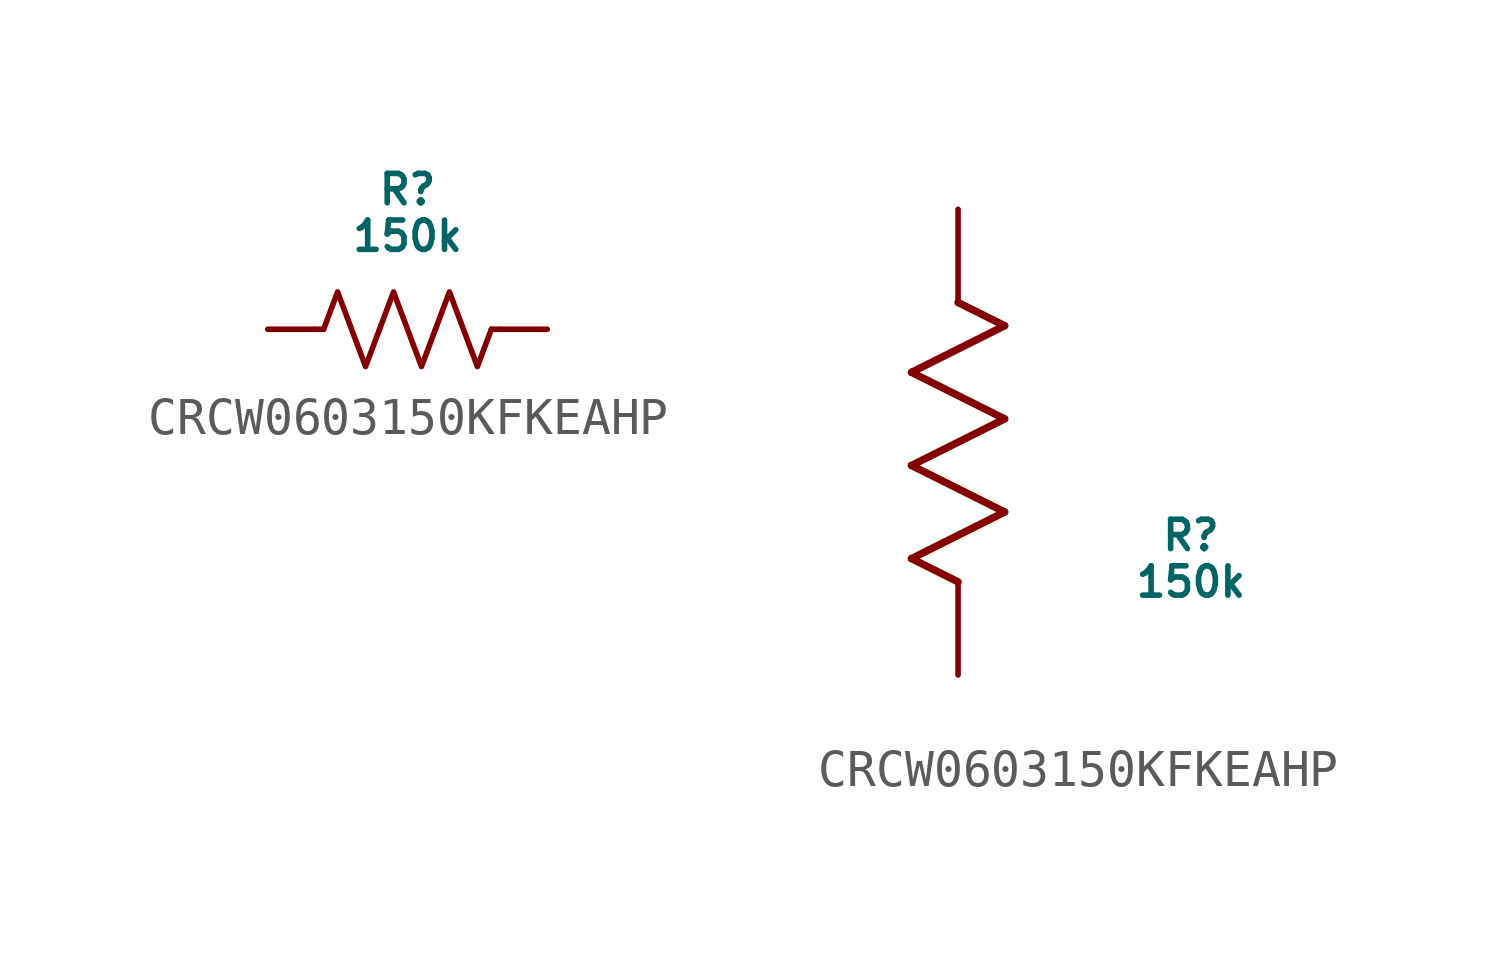
<source format=kicad_sym>
(kicad_symbol_lib
  (version 20220914)
  (generator kicad_symbol_editor)
  (symbol "CRCW0603150KFKEAHP"
    (pin_numbers hide)
    (pin_names
      (offset 0.254) hide)
    (property "Reference" "R"
      (at 6.35 3.81 0)
      (do_not_autoplace)
      (effects (font (size 0.8 0.8))))
    (property "Value" "150k"
      (at 6.35 2.54 0)
      (do_not_autoplace)
      (effects (font (size 0.8 0.8))))
    (symbol "CRCW0603150KFKEAHP_0_1"
      (polyline (pts (xy 4.064 0) (xy 3.81 0)) (stroke (width 0) (type default)) (fill (type none)))
      (polyline (pts (xy 8.636 0) (xy 8.89 0)) (stroke (width 0) (type default)) (fill (type none)))
      (polyline (pts (xy 4.064 0) (xy 4.445 1.016) (xy 4.826 0) (xy 5.207 -1.016) (xy 5.588 0)) (stroke (width 0) (type default)) (fill (type none)))
      (polyline (pts (xy 5.588 0) (xy 5.969 1.016) (xy 6.35 0) (xy 6.731 -1.016) (xy 7.112 0)) (stroke (width 0) (type default)) (fill (type none)))
      (polyline (pts (xy 7.112 0) (xy 7.493 1.016) (xy 7.874 0) (xy 8.255 -1.016) (xy 8.636 0)) (stroke (width 0) (type default)) (fill (type none))))
    (symbol "CRCW0603150KFKEAHP_1_1"
      (pin passive line (at 2.54 0 0) (length 1.27) (name "" (effects (font (size 1.27 1.27)))) (number "1" (effects (font (size 1.27 1.27)))))
      (pin passive line (at 10.16 0 180) (length 1.27) (name "" (effects (font (size 1.27 1.27)))) (number "2" (effects (font (size 1.27 1.27))))))
    (symbol "CRCW0603150KFKEAHP_1_2"
      (polyline (pts (xy -1.27 3.175) (xy 1.27 4.445)) (stroke (width 0.203) (type default)) (fill (type none)))
      (polyline (pts (xy -1.27 5.715) (xy 1.27 6.985)) (stroke (width 0.203) (type default)) (fill (type none)))
      (polyline (pts (xy -1.27 8.255) (xy 1.27 9.525)) (stroke (width 0.203) (type default)) (fill (type none)))
      (polyline (pts (xy 0 2.54) (xy -1.27 3.175)) (stroke (width 0.203) (type default)) (fill (type none)))
      (polyline (pts (xy 1.27 4.445) (xy -1.27 5.715)) (stroke (width 0.203) (type default)) (fill (type none)))
      (polyline (pts (xy 1.27 6.985) (xy -1.27 8.255)) (stroke (width 0.203) (type default)) (fill (type none)))
      (polyline (pts (xy 1.27 9.525) (xy 0 10.16)) (stroke (width 0.203) (type default)) (fill (type none)))
      (pin unspecified line (at 0 12.7 270) (length 2.54) (name "" (effects (font (size 1.27 1.27)))) (number "1" (effects (font (size 1.27 1.27)))))
      (pin unspecified line (at 0 0 90) (length 2.54) (name "" (effects (font (size 1.27 1.27)))) (number "2" (effects (font (size 1.27 1.27))))))))
</source>
